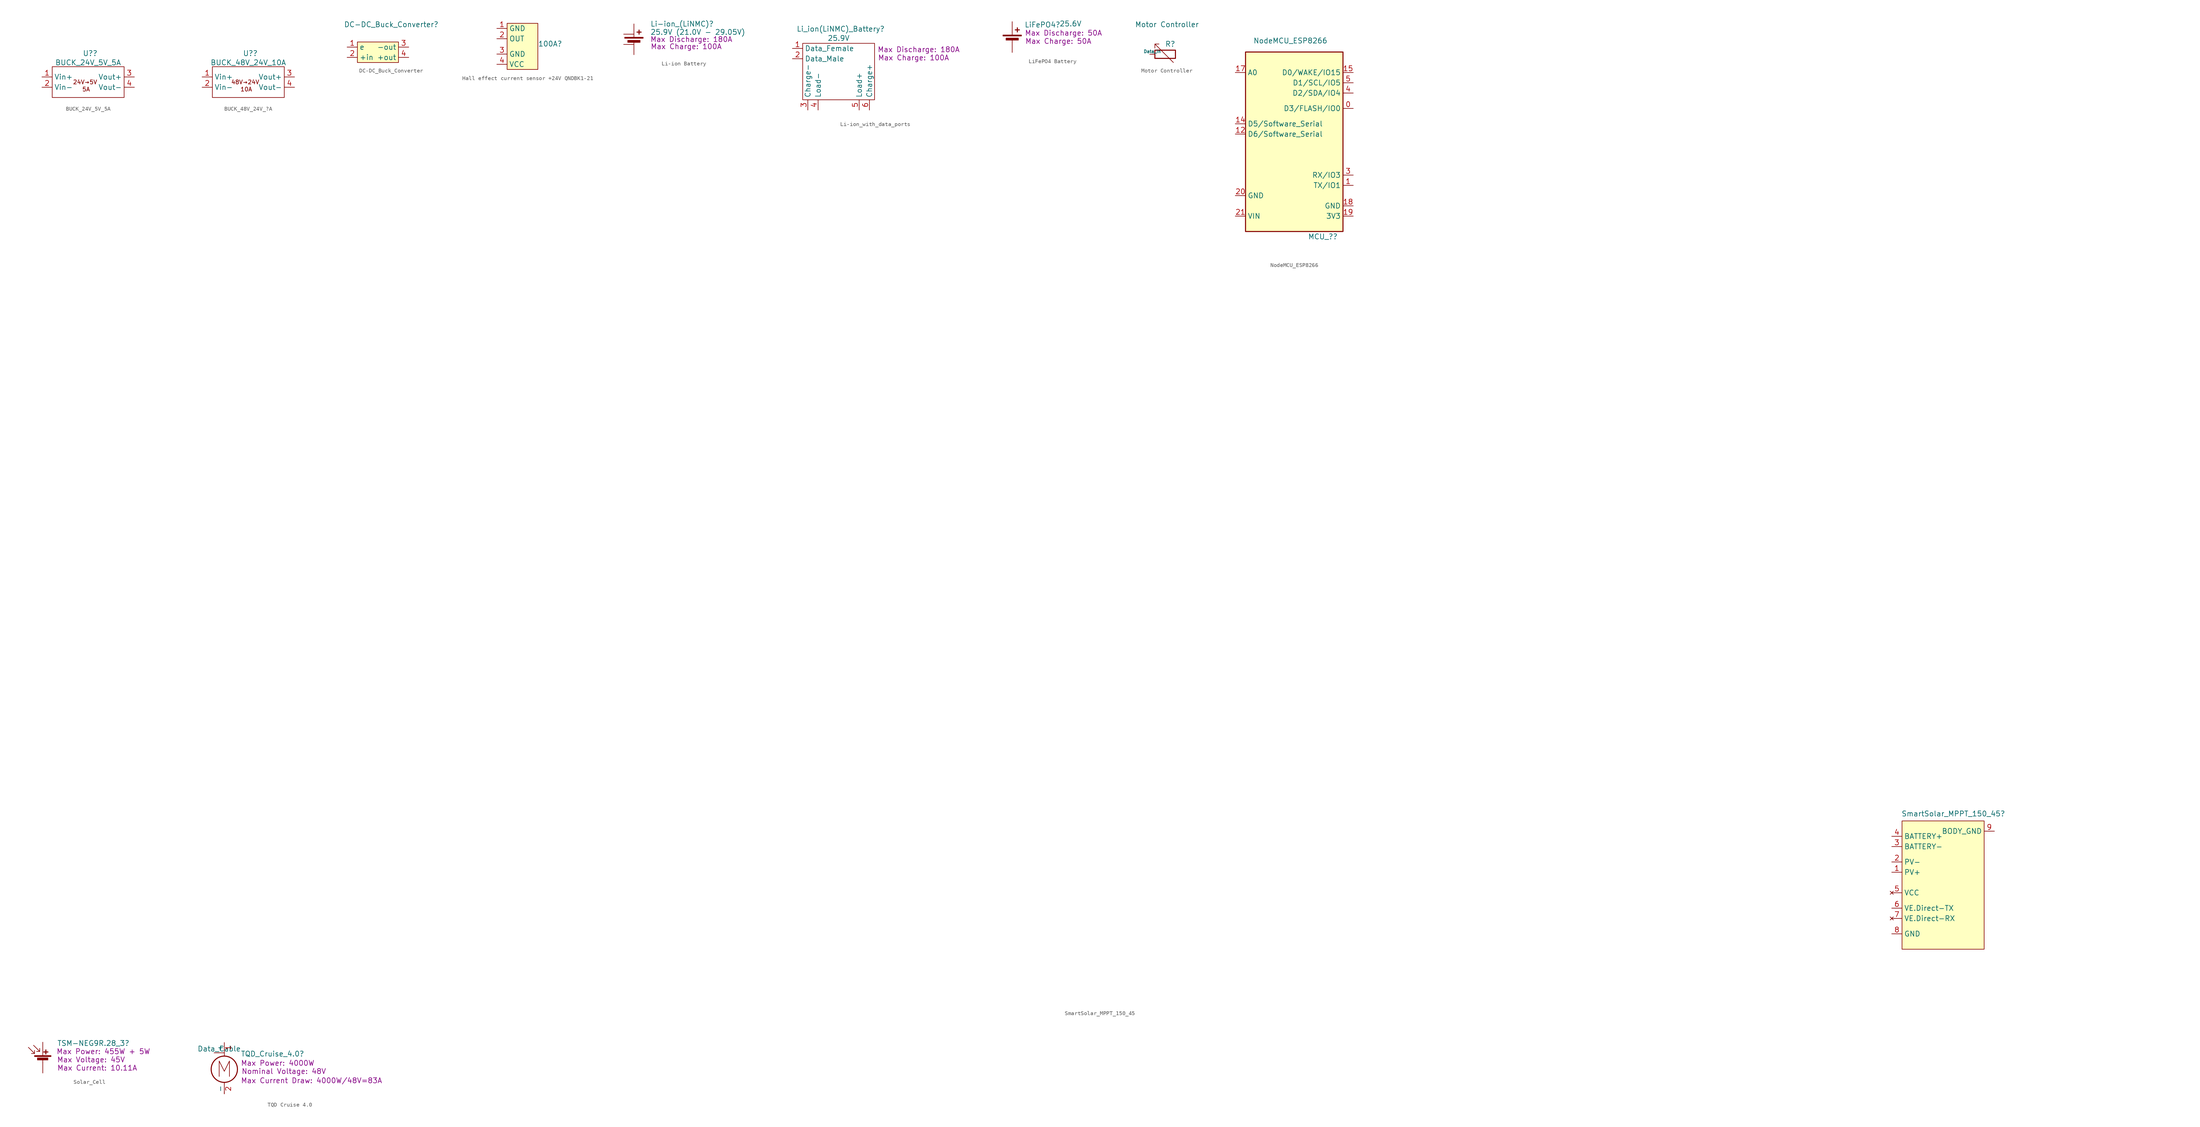
<source format=kicad_sym>
(kicad_symbol_lib
  (version 20241209)
  (generator "kicad_symbol_editor")
  (generator_version "9.0")
  (symbol "BUCK_24V_5V_5A"
    (property "Reference" "U?"
      (at 0.508 7.112 0)
      (effects (font (size 1.27 1.27))))
    (property "Value" "BUCK_24V_5V_5A"
      (at 0 4.826 0)
      (effects (font (size 1.27 1.27))))
    (symbol "BUCK_24V_5V_5A_0_1"
      (rectangle (start -8.89 3.81) (end 8.89 -3.81) (stroke (width 0) (type default)) (fill (type none))))
    (symbol "BUCK_24V_5V_5A_1_1"
      (text "24V→5V\n" (at -0.762 0 0) (effects (font (size 1.016 1.016))))
      (text "5A" (at -0.508 -1.778 0) (effects (font (size 1.016 1.016))))
      (text private "#SIM_MODEL=BUCK_24V_5V_5A" (at 0 13.462 0) (effects (font (size 1.27 1.27))))
      (pin passive line (at -11.43 1.27 0) (length 2.54) (name "Vin+" (effects (font (size 1.27 1.27)))) (number "1" (effects (font (size 1.27 1.27)))))
      (pin passive line (at -11.43 -1.27 0) (length 2.54) (name "Vin-" (effects (font (size 1.27 1.27)))) (number "2" (effects (font (size 1.27 1.27)))))
      (pin power_out line (at 11.43 1.27 180) (length 2.54) (name "Vout+" (effects (font (size 1.27 1.27)))) (number "3" (effects (font (size 1.27 1.27)))))
      (pin power_out line (at 11.43 -1.27 180) (length 2.54) (name "Vout-" (effects (font (size 1.27 1.27)))) (number "4" (effects (font (size 1.27 1.27)))))))
  (symbol "BUCK_48V_24V_?A"
    (property "Reference" "U?"
      (at 0.508 7.112 0)
      (effects (font (size 1.27 1.27))))
    (property "Value" "BUCK_48V_24V_10A"
      (at 0 4.826 0)
      (effects (font (size 1.27 1.27))))
    (symbol "BUCK_48V_24V_?A_0_1"
      (rectangle (start -8.89 3.81) (end 8.89 -3.81) (stroke (width 0) (type default)) (fill (type none))))
    (symbol "BUCK_48V_24V_?A_1_1"
      (text "48V→24V" (at -0.762 0 0) (effects (font (size 1.016 1.016))))
      (text "10A" (at -0.508 -1.778 0) (effects (font (size 1.016 1.016))))
      (text private "#SIM_MODEL=BUCK_24V_5V_5A" (at 0 13.462 0) (effects (font (size 1.27 1.27))))
      (pin passive line (at -11.43 1.27 0) (length 2.54) (name "Vin+" (effects (font (size 1.27 1.27)))) (number "1" (effects (font (size 1.27 1.27)))))
      (pin passive line (at -11.43 -1.27 0) (length 2.54) (name "Vin-" (effects (font (size 1.27 1.27)))) (number "2" (effects (font (size 1.27 1.27)))))
      (pin power_out line (at 11.43 1.27 180) (length 2.54) (name "Vout+" (effects (font (size 1.27 1.27)))) (number "3" (effects (font (size 1.27 1.27)))))
      (pin passive line (at 11.43 -1.27 180) (length 2.54) (name "Vout-" (effects (font (size 1.27 1.27)))) (number "4" (effects (font (size 1.27 1.27)))))))
  (symbol "DC-DC_Buck_Converter"
    (property "Reference" "DC-DC_Buck_Converter"
      (at 2.032 6.858 0)
      (effects (font (size 1.27 1.27))))
    (property "Value" ""
      (at 2.54 1.27 0)
      (effects (font (size 1.27 1.27))))
    (symbol "DC-DC_Buck_Converter_1_1"
      (rectangle (start -6.35 2.54) (end 3.81 -2.54) (stroke (width 0) (type solid)) (fill (type background)))
      (pin passive line (at -8.89 1.27 0) (length 2.54) (name "e" (effects (font (size 1.27 1.27)))) (number "1" (effects (font (size 1.27 1.27)))))
      (pin passive line (at -8.89 -1.27 0) (length 2.54) (name "+in" (effects (font (size 1.27 1.27)))) (number "2" (effects (font (size 1.27 1.27)))))
      (pin power_out line (at 6.35 1.27 180) (length 2.54) (name "-out" (effects (font (size 1.27 1.27)))) (number "3" (effects (font (size 1.27 1.27)))))
      (pin power_out line (at 6.35 -1.27 180) (length 2.54) (name "+out" (effects (font (size 1.27 1.27)))) (number "4" (effects (font (size 1.27 1.27)))))))
  (symbol "Hall effect current sensor +24V QNDBK1-21"
    (property "Reference" "100A"
      (at 5.588 0 0)
      (effects (font (size 1.27 1.27))))
    (property "Value" ""
      (at 0 0 0)
      (effects (font (size 1.27 1.27))))
    (symbol "Hall effect current sensor +24V QNDBK1-21_1_1"
      (rectangle (start -5.08 5.08) (end 2.54 -6.35) (stroke (width 0) (type solid)) (fill (type background)))
      (pin passive line (at -7.62 3.81 0) (length 2.54) (name "GND" (effects (font (size 1.27 1.27)))) (number "1" (effects (font (size 1.27 1.27)))))
      (pin output line (at -7.62 1.27 0) (length 2.54) (name "OUT" (effects (font (size 1.27 1.27)))) (number "2" (effects (font (size 1.27 1.27)))))
      (pin power_in line (at -7.62 -2.54 0) (length 2.54) (name "GND" (effects (font (size 1.27 1.27)))) (number "3" (effects (font (size 1.27 1.27)))))
      (pin power_in line (at -7.62 -5.08 0) (length 2.54) (name "VCC" (effects (font (size 1.27 1.27)))) (number "4" (effects (font (size 1.27 1.27)))))))
  (symbol "Li-ion Battery"
    (pin_numbers
      (hide yes))
    (pin_names
      (offset 0)
      (hide yes))
    (property "Reference" "Li-ion_(LiNMC)"
      (at 4.064 5.08 0)
      (effects (font (size 1.27 1.27)) (justify left)))
    (property "Value" "25.9V (21.0V - 29.05V)"
      (at 4.064 3.048 0)
      (effects (font (size 1.27 1.27)) (justify left)))
    (property "Max Charge" "100A"
      (at 12.954 -0.508 0)
      (show_name)
      (effects (font (size 1.27 1.27))))
    (property "Max Discharge" "180A"
      (at 14.224 1.27 0)
      (show_name)
      (effects (font (size 1.27 1.27))))
    (symbol "Li-ion Battery_0_1"
      (rectangle (start -2.286 1.778) (end 2.286 1.524) (stroke (width 0) (type default)) (fill (type outline)))
      (rectangle (start -1.524 1.016) (end 1.524 0.508) (stroke (width 0) (type default)) (fill (type outline)))
      (polyline (pts (xy 0 1.778) (xy 0 2.54)) (stroke (width 0) (type default)) (fill (type none)))
      (polyline (pts (xy 0 0.762) (xy 0 0)) (stroke (width 0) (type default)) (fill (type none)))
      (polyline (pts (xy 0.762 3.048) (xy 1.778 3.048)) (stroke (width 0.254) (type default)) (fill (type none)))
      (polyline (pts (xy 1.27 3.556) (xy 1.27 2.54)) (stroke (width 0.254) (type default)) (fill (type none))))
    (symbol "Li-ion Battery_1_1"
      (pin passive line (at -2.54 2.54 0) (length 2.54) (name "Load+" (effects (font (size 1.27 1.27)))) (number "3" (effects (font (size 1.27 1.27)))))
      (pin passive line (at -2.54 0 0) (length 2.54) (name "Load-" (effects (font (size 1.27 1.27)))) (number "4" (effects (font (size 1.27 1.27)))))
      (pin passive line (at 0 5.08 270) (length 2.54) (name "Charge+" (effects (font (size 1.27 1.27)))) (number "1" (effects (font (size 1.27 1.27)))))
      (pin passive line (at 0 -2.54 90) (length 2.54) (name "Charge-" (effects (font (size 1.27 1.27)))) (number "2" (effects (font (size 1.27 1.27)))))))
  (symbol "Li-ion_with_data_ports"
    (property "Reference" "Li_ion(LiNMC)_Battery"
      (at 0.508 12.446 0)
      (effects (font (size 1.27 1.27))))
    (property "Value" "25.9V"
      (at 0 10.16 0)
      (effects (font (size 1.27 1.27))))
    (property "Max Charge" "100A"
      (at 18.542 5.334 0)
      (show_name)
      (effects (font (size 1.27 1.27))))
    (property "Max Discharge" "180A"
      (at 19.812 7.366 0)
      (show_name)
      (effects (font (size 1.27 1.27))))
    (symbol "Li-ion_with_data_ports_0_1"
      (rectangle (start -8.89 8.89) (end 8.89 -5.08) (stroke (width 0) (type default)) (fill (type none))))
    (symbol "Li-ion_with_data_ports_1_1"
      (pin passive line (at -11.43 7.62 0) (length 2.54) (name "Data_Female" (effects (font (size 1.27 1.27)))) (number "1" (effects (font (size 1.27 1.27)))))
      (pin passive line (at -11.43 5.08 0) (length 2.54) (name "Data_Male" (effects (font (size 1.27 1.27)))) (number "2" (effects (font (size 1.27 1.27)))))
      (pin passive line (at -7.62 -7.62 90) (length 2.54) (name "Charge-" (effects (font (size 1.27 1.27)))) (number "3" (effects (font (size 1.27 1.27)))))
      (pin passive line (at -5.08 -7.62 90) (length 2.54) (name "Load-" (effects (font (size 1.27 1.27)))) (number "4" (effects (font (size 1.27 1.27)))))
      (pin output line (at 5.08 -7.62 90) (length 2.54) (name "Load+" (effects (font (size 1.27 1.27)))) (number "5" (effects (font (size 1.27 1.27)))))
      (pin output line (at 7.62 -7.62 90) (length 2.54) (name "Charge+" (effects (font (size 1.27 1.27)))) (number "6" (effects (font (size 1.27 1.27)))))))
  (symbol "LiFePO4 Battery"
    (pin_numbers
      (hide yes))
    (pin_names
      (offset 0)
      (hide yes))
    (property "Reference" "LiFePO4"
      (at 3.048 4.318 0)
      (effects (font (size 1.27 1.27)) (justify left)))
    (property "Value" "25.6V"
      (at 11.684 4.572 0)
      (effects (font (size 1.27 1.27)) (justify left)))
    (property "Max Charge" "50A"
      (at 11.43 0.254 0)
      (show_name)
      (effects (font (size 1.27 1.27))))
    (property "Max Discharge" "50A"
      (at 12.7 2.286 0)
      (show_name)
      (effects (font (size 1.27 1.27))))
    (symbol "LiFePO4 Battery_0_1"
      (rectangle (start -2.286 1.778) (end 2.286 1.524) (stroke (width 0) (type default)) (fill (type outline)))
      (rectangle (start -1.524 1.016) (end 1.524 0.508) (stroke (width 0) (type default)) (fill (type outline)))
      (polyline (pts (xy 0 1.778) (xy 0 2.54)) (stroke (width 0) (type default)) (fill (type none)))
      (polyline (pts (xy 0 0.762) (xy 0 0)) (stroke (width 0) (type default)) (fill (type none)))
      (polyline (pts (xy 0.762 3.048) (xy 1.778 3.048)) (stroke (width 0.254) (type default)) (fill (type none)))
      (polyline (pts (xy 1.27 3.556) (xy 1.27 2.54)) (stroke (width 0.254) (type default)) (fill (type none))))
    (symbol "LiFePO4 Battery_1_1"
      (pin passive line (at 0 5.08 270) (length 2.54) (name "+" (effects (font (size 1.27 1.27)))) (number "1" (effects (font (size 1.27 1.27)))))
      (pin passive line (at 0 -2.54 90) (length 2.54) (name "-" (effects (font (size 1.27 1.27)))) (number "2" (effects (font (size 1.27 1.27)))))))
  (symbol "Motor Controller"
    (pin_numbers
      (hide yes))
    (pin_names
      (offset 0))
    (property "Reference" "R"
      (at 2.54 2.54 0)
      (effects (font (size 1.27 1.27)) (justify right)))
    (property "Value" "Motor Controller"
      (at 8.382 7.366 0)
      (effects (font (size 1.27 1.27)) (justify right)))
    (symbol "Motor Controller_0_1"
      (rectangle (start -2.54 1.016) (end 2.54 -1.016) (stroke (width 0.254) (type default)) (fill (type none)))
      (polyline (pts (xy -1.524 2.54) (xy -2.54 2.54) (xy -2.54 1.524) (xy -2.54 2.54) (xy 2.032 -2.032)) (stroke (width 0) (type default)) (fill (type none))))
    (symbol "Motor Controller_1_1"
      (pin passive line (at -3.81 0 0) (length 1.27) (name "Data_In" (effects (font (size 0.762 0.762)))) (number "1" (effects (font (size 1.27 1.27)))))))
  (symbol "NodeMCU_ESP8266"
    (property "Reference" "MCU_?"
      (at 8.89 -24.13 0)
      (effects (font (size 1.27 1.27)) (justify right)))
    (property "Value" "NodeMCU_ESP8266"
      (at 6.35 24.384 0)
      (effects (font (size 1.27 1.27)) (justify right)))
    (symbol "NodeMCU_ESP8266_0_1"
      (rectangle (start -13.97 21.59) (end 10.16 -22.86) (stroke (width 0.254) (type default)) (fill (type background))))
    (symbol "NodeMCU_ESP8266_1_1"
      (pin input line (at -16.51 16.51 0) (length 2.54) (name "A0" (effects (font (size 1.27 1.27)))) (number "17" (effects (font (size 1.27 1.27)))))
      (pin bidirectional line (at -16.51 3.81 0) (length 2.54) (name "D5/Software_Serial" (effects (font (size 1.27 1.27)))) (number "14" (effects (font (size 1.27 1.27)))))
      (pin bidirectional line (at -16.51 1.27 0) (length 2.54) (name "D6/Software_Serial" (effects (font (size 1.27 1.27)))) (number "12" (effects (font (size 1.27 1.27)))))
      (pin power_in line (at -16.51 -13.97 0) (length 2.54) (name "GND" (effects (font (size 1.27 1.27)))) (number "20" (effects (font (size 1.27 1.27)))))
      (pin power_in line (at -16.51 -19.05 0) (length 2.54) (name "VIN" (effects (font (size 1.27 1.27)))) (number "21" (effects (font (size 1.27 1.27)))))
      (pin bidirectional line (at 12.7 16.51 180) (length 2.54) (name "D0/WAKE/IO15" (effects (font (size 1.27 1.27)))) (number "15" (effects (font (size 1.27 1.27)))))
      (pin bidirectional line (at 12.7 13.97 180) (length 2.54) (name "D1/SCL/IO5" (effects (font (size 1.27 1.27)))) (number "5" (effects (font (size 1.27 1.27)))))
      (pin bidirectional line (at 12.7 11.43 180) (length 2.54) (name "D2/SDA/IO4" (effects (font (size 1.27 1.27)))) (number "4" (effects (font (size 1.27 1.27)))))
      (pin bidirectional line (at 12.7 7.62 180) (length 2.54) (name "D3/FLASH/IO0" (effects (font (size 1.27 1.27)))) (number "0" (effects (font (size 1.27 1.27)))))
      (pin bidirectional line (at 12.7 -8.89 180) (length 2.54) (name "RX/IO3" (effects (font (size 1.27 1.27)))) (number "3" (effects (font (size 1.27 1.27)))))
      (pin bidirectional line (at 12.7 -11.43 180) (length 2.54) (name "TX/IO1" (effects (font (size 1.27 1.27)))) (number "1" (effects (font (size 1.27 1.27)))))
      (pin power_in line (at 12.7 -16.51 180) (length 2.54) (name "GND" (effects (font (size 1.27 1.27)))) (number "18" (effects (font (size 1.27 1.27)))))
      (pin power_out line (at 12.7 -19.05 180) (length 2.54) (name "3V3" (effects (font (size 1.27 1.27)))) (number "19" (effects (font (size 1.27 1.27)))))))
  (symbol "SmartSolar_MPPT_150_45"
    (property "Reference" "SmartSolar_MPPT_150_45"
      (at 2.54 11.938 0)
      (effects (font (size 1.27 1.27))))
    (property "Value" ""
      (at -431.8 127 0)
      (effects (font (size 1.27 1.27))))
    (symbol "SmartSolar_MPPT_150_45_1_1"
      (rectangle (start -10.16 10.16) (end 10.16 -21.59) (stroke (width 0) (type solid)) (fill (type background)))
      (pin power_out line (at -12.7 6.35 0) (length 2.54) (name "BATTERY+" (effects (font (size 1.27 1.27)))) (number "4" (effects (font (size 1.27 1.27)))))
      (pin power_out line (at -12.7 3.81 0) (length 2.54) (name "BATTERY-" (effects (font (size 1.27 1.27)))) (number "3" (effects (font (size 1.27 1.27)))))
      (pin input line (at -12.7 0 0) (length 2.54) (name "PV-" (effects (font (size 1.27 1.27)))) (number "2" (effects (font (size 1.27 1.27)))))
      (pin input line (at -12.7 -2.54 0) (length 2.54) (name "PV+" (effects (font (size 1.27 1.27)))) (number "1" (effects (font (size 1.27 1.27)))))
      (pin no_connect line (at -12.7 -7.62 0) (length 2.54) (name "VCC" (effects (font (size 1.27 1.27)))) (number "5" (effects (font (size 1.27 1.27)))))
      (pin output line (at -12.7 -11.43 0) (length 2.54) (name "VE.Direct-TX" (effects (font (size 1.27 1.27)))) (number "6" (effects (font (size 1.27 1.27)))))
      (pin no_connect line (at -12.7 -13.97 0) (length 2.54) (name "VE.Direct-RX" (effects (font (size 1.27 1.27)))) (number "7" (effects (font (size 1.27 1.27)))))
      (pin input line (at -12.7 -17.78 0) (length 2.54) (name "GND" (effects (font (size 1.27 1.27)))) (number "8" (effects (font (size 1.27 1.27)))))
      (pin passive line (at 12.7 7.62 180) (length 2.54) (name "BODY_GND" (effects (font (size 1.27 1.27)))) (number "9" (effects (font (size 1.27 1.27)))))))
  (symbol "Solar_Cell"
    (pin_numbers
      (hide yes))
    (pin_names
      (offset 0)
      (hide yes))
    (property "Reference" "TSM-NEG9R.28_3"
      (at 3.556 4.826 0)
      (effects (font (size 1.27 1.27)) (justify left)))
    (property "Max Power" "455W + 5W"
      (at 14.986 2.794 0)
      (show_name)
      (effects (font (size 1.27 1.27))))
    (property "Max Voltage" "45V"
      (at 11.938 0.762 0)
      (show_name)
      (effects (font (size 1.27 1.27))))
    (property "Max Current" "10.11A"
      (at 13.462 -1.27 0)
      (show_name)
      (effects (font (size 1.27 1.27))))
    (symbol "Solar_Cell_0_1"
      (polyline (pts (xy -2.032 3.048) (xy -2.032 2.286) (xy -2.794 2.286)) (stroke (width 0) (type default)) (fill (type none)))
      (polyline (pts (xy -2.032 2.286) (xy -3.556 3.81)) (stroke (width 0) (type default)) (fill (type none)))
      (rectangle (start -2.032 1.778) (end 2.032 1.524) (stroke (width 0) (type default)) (fill (type outline)))
      (rectangle (start -1.321 1.194) (end 1.27 0.686) (stroke (width 0) (type default)) (fill (type outline)))
      (polyline (pts (xy -0.762 3.556) (xy -0.762 2.794) (xy -1.524 2.794)) (stroke (width 0) (type default)) (fill (type none)))
      (polyline (pts (xy -0.762 2.794) (xy -2.286 4.318)) (stroke (width 0) (type default)) (fill (type none)))
      (polyline (pts (xy 0 1.778) (xy 0 2.54)) (stroke (width 0) (type default)) (fill (type none)))
      (polyline (pts (xy 0 0.762) (xy 0 0)) (stroke (width 0) (type default)) (fill (type none)))
      (polyline (pts (xy 0.254 2.667) (xy 1.27 2.667)) (stroke (width 0.254) (type default)) (fill (type none)))
      (polyline (pts (xy 0.762 3.175) (xy 0.762 2.159)) (stroke (width 0.254) (type default)) (fill (type none))))
    (symbol "Solar_Cell_1_1"
      (pin passive line (at 0 5.08 270) (length 2.54) (name "+" (effects (font (size 1.27 1.27)))) (number "1" (effects (font (size 1.27 1.27)))))
      (pin passive line (at 0 -2.54 90) (length 2.54) (name "-" (effects (font (size 1.27 1.27)))) (number "2" (effects (font (size 1.27 1.27)))))))
  (symbol "TQD Cruise 4.0"
    (pin_names
      (offset 0))
    (property "Reference" "TQD_Cruise_4.0"
      (at 4.064 2.286 0)
      (effects (font (size 1.27 1.27)) (justify left)))
    (property "Max Power" "4000W"
      (at 13.208 0 0)
      (show_name)
      (effects (font (size 1.27 1.27))))
    (property "Nominal Voltage" "48V"
      (at 14.732 -2.032 0)
      (show_name)
      (effects (font (size 1.27 1.27))))
    (property "Max Current Draw" "4000W/48V=83A"
      (at 21.59 -4.318 0)
      (show_name)
      (effects (font (size 1.27 1.27))))
    (symbol "TQD Cruise 4.0_0_0"
      (polyline (pts (xy -1.27 -3.302) (xy -1.27 0.508) (xy 0 -2.032) (xy 1.27 0.508) (xy 1.27 -3.302)) (stroke (width 0) (type default)) (fill (type none))))
    (symbol "TQD Cruise 4.0_0_1"
      (polyline (pts (xy 0 2.032) (xy 0 2.54)) (stroke (width 0) (type default)) (fill (type none)))
      (polyline (pts (xy 0 1.727) (xy 0 2.083)) (stroke (width 0) (type default)) (fill (type none)))
      (circle (center 0 -1.524) (radius 3.251) (stroke (width 0.254) (type default)) (fill (type none)))
      (polyline (pts (xy 0 -4.775) (xy 0 -5.182)) (stroke (width 0) (type default)) (fill (type none)))
      (polyline (pts (xy 0 -7.62) (xy 0 -7.112)) (stroke (width 0) (type default)) (fill (type none))))
    (symbol "TQD Cruise 4.0_1_1"
      (pin passive line (at -2.54 2.54 0) (length 2.54) (name "Data_Cable" (effects (font (size 1.27 1.27)))) (number "" (effects (font (size 1.27 1.27)))))
      (pin passive line (at 0 5.08 270) (length 2.54) (name "+" (effects (font (size 1.27 1.27)))) (number "1" (effects (font (size 1.27 1.27)))))
      (pin passive line (at 0 -7.62 90) (length 2.54) (name "-" (effects (font (size 1.27 1.27)))) (number "2" (effects (font (size 1.27 1.27))))))))
</source>
